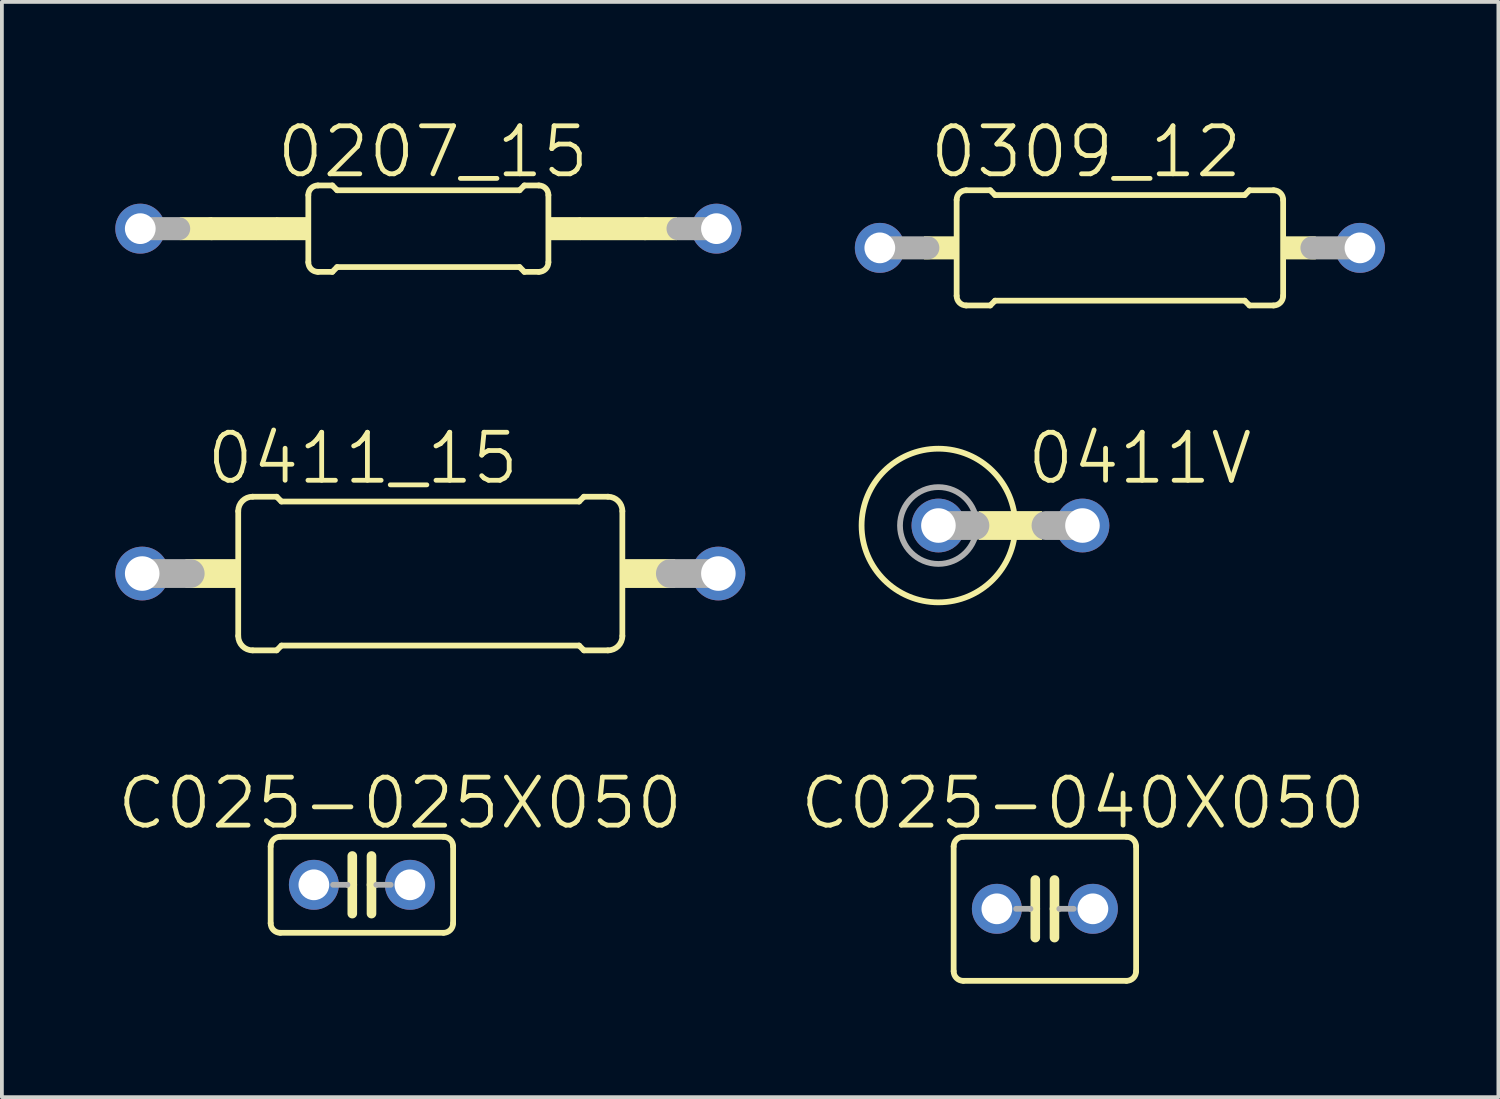
<source format=kicad_pcb>
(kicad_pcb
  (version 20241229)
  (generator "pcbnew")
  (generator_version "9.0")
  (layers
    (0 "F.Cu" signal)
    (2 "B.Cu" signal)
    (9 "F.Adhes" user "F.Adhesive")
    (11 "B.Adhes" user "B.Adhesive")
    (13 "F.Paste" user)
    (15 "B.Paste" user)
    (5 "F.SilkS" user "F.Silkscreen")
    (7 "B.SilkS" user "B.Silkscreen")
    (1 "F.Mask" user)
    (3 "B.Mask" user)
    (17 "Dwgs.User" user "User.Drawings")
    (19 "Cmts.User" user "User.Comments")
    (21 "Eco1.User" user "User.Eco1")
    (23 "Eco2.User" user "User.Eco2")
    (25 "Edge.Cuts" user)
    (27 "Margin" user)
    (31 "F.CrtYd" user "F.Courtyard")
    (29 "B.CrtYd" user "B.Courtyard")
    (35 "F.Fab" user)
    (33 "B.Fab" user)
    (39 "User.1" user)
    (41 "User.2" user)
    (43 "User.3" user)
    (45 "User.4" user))
  (footprint "0207_15"
    (layer "F.Cu")
    (at 8.28 2.998)
    (property "Reference" "0207_15" (at 0.121 -2.032 0) (layer "F.SilkS") (effects (font (size 1.27 1.27) (thickness 0.127))))
    (attr through_hole)
    (fp_line (start -5.715 0) (end -4.064 0) (stroke (width 0.61) (type solid)) (layer "F.SilkS"))
    (fp_line (start -3.175 0.889) (end -3.175 -0.889) (stroke (width 0.152) (type solid)) (layer "F.SilkS"))
    (fp_line (start -2.921 -1.143) (end -2.54 -1.143) (stroke (width 0.152) (type solid)) (layer "F.SilkS"))
    (fp_line (start -2.921 1.143) (end -2.54 1.143) (stroke (width 0.152) (type solid)) (layer "F.SilkS"))
    (fp_line (start -2.413 -1.016) (end -2.54 -1.143) (stroke (width 0.152) (type solid)) (layer "F.SilkS"))
    (fp_line (start -2.413 1.016) (end -2.54 1.143) (stroke (width 0.152) (type solid)) (layer "F.SilkS"))
    (fp_line (start 2.413 -1.016) (end -2.413 -1.016) (stroke (width 0.152) (type solid)) (layer "F.SilkS"))
    (fp_line (start 2.413 -1.016) (end 2.54 -1.143) (stroke (width 0.152) (type solid)) (layer "F.SilkS"))
    (fp_line (start 2.413 1.016) (end -2.413 1.016) (stroke (width 0.152) (type solid)) (layer "F.SilkS"))
    (fp_line (start 2.413 1.016) (end 2.54 1.143) (stroke (width 0.152) (type solid)) (layer "F.SilkS"))
    (fp_line (start 2.921 -1.143) (end 2.54 -1.143) (stroke (width 0.152) (type solid)) (layer "F.SilkS"))
    (fp_line (start 2.921 1.143) (end 2.54 1.143) (stroke (width 0.152) (type solid)) (layer "F.SilkS"))
    (fp_line (start 3.175 0.889) (end 3.175 -0.889) (stroke (width 0.152) (type solid)) (layer "F.SilkS"))
    (fp_line (start 5.715 0) (end 4.064 0) (stroke (width 0.61) (type solid)) (layer "F.SilkS"))
    (fp_arc (start -3.175 -0.889) (mid -3.100605 -1.068605) (end -2.921 -1.143) (stroke (width 0.1524) (type solid)) (layer "F.SilkS"))
    (fp_arc (start -2.921 1.143) (mid -3.100605 1.068605) (end -3.175 0.889) (stroke (width 0.1524) (type solid)) (layer "F.SilkS"))
    (fp_arc (start 2.921 -1.143) (mid 3.100605 -1.068605) (end 3.175 -0.889) (stroke (width 0.1524) (type solid)) (layer "F.SilkS"))
    (fp_arc (start 3.175 0.889) (mid 3.100605 1.068605) (end 2.921 1.143) (stroke (width 0.1524) (type solid)) (layer "F.SilkS"))
    (fp_poly (pts (xy -6.579 -0.305) (xy -5.715 -0.305) (xy -5.715 0.305) (xy -6.579 0.305)) (stroke (width 0) (type solid)) (fill yes) (layer "F.SilkS"))
    (fp_poly (pts (xy -4.039 -0.305) (xy -3.175 -0.305) (xy -3.175 0.305) (xy -4.039 0.305)) (stroke (width 0) (type solid)) (fill yes) (layer "F.SilkS"))
    (fp_poly (pts (xy 3.175 -0.305) (xy 4.039 -0.305) (xy 4.039 0.305) (xy 3.175 0.305)) (stroke (width 0) (type solid)) (fill yes) (layer "F.SilkS"))
    (fp_poly (pts (xy 5.715 -0.305) (xy 6.579 -0.305) (xy 6.579 0.305) (xy 5.715 0.305)) (stroke (width 0) (type solid)) (fill yes) (layer "F.SilkS"))
    (fp_line (start -7.62 0) (end -6.604 0) (stroke (width 0.61) (type solid)) (layer "F.Fab"))
    (fp_line (start 7.62 0) (end 6.604 0) (stroke (width 0.61) (type solid)) (layer "F.Fab"))
    (pad "1" thru_hole circle (at -7.62 0) (size 1.321 1.321) (drill 0.813) (layers "*.Cu" "*.Mask"))
    (pad "2" thru_hole circle (at 7.62 0) (size 1.321 1.321) (drill 0.813) (layers "*.Cu" "*.Mask")))
  (footprint "C025-040X050"
    (layer "F.Cu")
    (at 24.587 20.988)
    (property "Reference" "C025-040X050" (at 1.01 -2.794 0) (layer "F.SilkS") (effects (font (size 1.27 1.27) (thickness 0.127))))
    (attr through_hole)
    (fp_line (start -2.413 -1.651) (end -2.413 1.651) (stroke (width 0.152) (type solid)) (layer "F.SilkS"))
    (fp_line (start -2.159 -1.905) (end 2.159 -1.905) (stroke (width 0.152) (type solid)) (layer "F.SilkS"))
    (fp_line (start -0.254 -0.762) (end -0.254 0) (stroke (width 0.254) (type solid)) (layer "F.SilkS"))
    (fp_line (start -0.254 0) (end -0.381 0) (stroke (width 0.152) (type solid)) (layer "F.SilkS"))
    (fp_line (start -0.254 0) (end -0.254 0.762) (stroke (width 0.254) (type solid)) (layer "F.SilkS"))
    (fp_line (start 0.254 0) (end 0.254 -0.762) (stroke (width 0.254) (type solid)) (layer "F.SilkS"))
    (fp_line (start 0.254 0) (end 0.254 0.762) (stroke (width 0.254) (type solid)) (layer "F.SilkS"))
    (fp_line (start 0.381 0) (end 0.254 0) (stroke (width 0.152) (type solid)) (layer "F.SilkS"))
    (fp_line (start 2.159 1.905) (end -2.159 1.905) (stroke (width 0.152) (type solid)) (layer "F.SilkS"))
    (fp_line (start 2.413 -1.651) (end 2.413 1.651) (stroke (width 0.152) (type solid)) (layer "F.SilkS"))
    (fp_arc (start -2.413 -1.651) (mid -2.338605 -1.830605) (end -2.159 -1.905) (stroke (width 0.1524) (type solid)) (layer "F.SilkS"))
    (fp_arc (start -2.159 1.905) (mid -2.338605 1.830605) (end -2.413 1.651) (stroke (width 0.1524) (type solid)) (layer "F.SilkS"))
    (fp_arc (start 2.159 -1.905) (mid 2.338605 -1.830605) (end 2.413 -1.651) (stroke (width 0.1524) (type solid)) (layer "F.SilkS"))
    (fp_arc (start 2.413 1.651) (mid 2.338605 1.830605) (end 2.159 1.905) (stroke (width 0.1524) (type solid)) (layer "F.SilkS"))
    (fp_line (start -0.381 0) (end -0.762 0) (stroke (width 0.152) (type solid)) (layer "F.Fab"))
    (fp_line (start 0.762 0) (end 0.381 0) (stroke (width 0.152) (type solid)) (layer "F.Fab"))
    (pad "1" thru_hole circle (at -1.27 0) (size 1.321 1.321) (drill 0.813) (layers "*.Cu" "*.Mask"))
    (pad "2" thru_hole circle (at 1.27 0) (size 1.321 1.321) (drill 0.813) (layers "*.Cu" "*.Mask")))
  (footprint "0411_15"
    (layer "F.Cu")
    (at 8.331 12.12)
    (property "Reference" "0411_15" (at -1.784 -3.048 0) (layer "F.SilkS") (effects (font (size 1.27 1.27) (thickness 0.127))))
    (attr through_hole)
    (fp_line (start -5.08 -1.651) (end -5.08 1.651) (stroke (width 0.152) (type solid)) (layer "F.SilkS"))
    (fp_line (start -4.699 -2.032) (end -4.064 -2.032) (stroke (width 0.152) (type solid)) (layer "F.SilkS"))
    (fp_line (start -4.699 2.032) (end -4.064 2.032) (stroke (width 0.152) (type solid)) (layer "F.SilkS"))
    (fp_line (start -3.937 -1.905) (end -4.064 -2.032) (stroke (width 0.152) (type solid)) (layer "F.SilkS"))
    (fp_line (start -3.937 -1.905) (end 3.937 -1.905) (stroke (width 0.152) (type solid)) (layer "F.SilkS"))
    (fp_line (start -3.937 1.905) (end -4.064 2.032) (stroke (width 0.152) (type solid)) (layer "F.SilkS"))
    (fp_line (start -3.937 1.905) (end 3.937 1.905) (stroke (width 0.152) (type solid)) (layer "F.SilkS"))
    (fp_line (start 3.937 -1.905) (end 4.064 -2.032) (stroke (width 0.152) (type solid)) (layer "F.SilkS"))
    (fp_line (start 3.937 1.905) (end 4.064 2.032) (stroke (width 0.152) (type solid)) (layer "F.SilkS"))
    (fp_line (start 4.699 -2.032) (end 4.064 -2.032) (stroke (width 0.152) (type solid)) (layer "F.SilkS"))
    (fp_line (start 4.699 2.032) (end 4.064 2.032) (stroke (width 0.152) (type solid)) (layer "F.SilkS"))
    (fp_line (start 5.08 1.651) (end 5.08 -1.651) (stroke (width 0.152) (type solid)) (layer "F.SilkS"))
    (fp_arc (start -5.08 -1.651) (mid -4.968407 -1.920408) (end -4.698999 -2.032001) (stroke (width 0.1524) (type solid)) (layer "F.SilkS"))
    (fp_arc (start -4.698999 2.032001) (mid -4.968407 1.920408) (end -5.08 1.651) (stroke (width 0.1524) (type solid)) (layer "F.SilkS"))
    (fp_arc (start 4.699 -2.032) (mid 4.968407 -1.920407) (end 5.079999 -1.650999) (stroke (width 0.1524) (type solid)) (layer "F.SilkS"))
    (fp_arc (start 5.079999 1.650999) (mid 4.968407 1.920407) (end 4.699 2.032) (stroke (width 0.1524) (type solid)) (layer "F.SilkS"))
    (fp_poly (pts (xy -6.477 -0.381) (xy -5.08 -0.381) (xy -5.08 0.381) (xy -6.477 0.381)) (stroke (width 0) (type solid)) (fill yes) (layer "F.SilkS"))
    (fp_poly (pts (xy 5.08 -0.381) (xy 6.477 -0.381) (xy 6.477 0.381) (xy 5.08 0.381)) (stroke (width 0) (type solid)) (fill yes) (layer "F.SilkS"))
    (fp_line (start -7.62 0) (end -6.35 0) (stroke (width 0.762) (type solid)) (layer "F.Fab"))
    (fp_line (start 6.35 0) (end 7.62 0) (stroke (width 0.762) (type solid)) (layer "F.Fab"))
    (pad "1" thru_hole circle (at -7.62 0) (size 1.422 1.422) (drill 0.914) (layers "*.Cu" "*.Mask"))
    (pad "2" thru_hole circle (at 7.62 0) (size 1.422 1.422) (drill 0.914) (layers "*.Cu" "*.Mask")))
  (footprint "0411V"
    (layer "F.Cu")
    (at 24.311 10.85)
    (property "Reference" "0411V" (at 2.788 -1.778 0) (layer "F.SilkS") (effects (font (size 1.27 1.27) (thickness 0.127))))
    (attr through_hole)
    (fp_circle (center -2.54 0) (end -0.508 0) (stroke (width 0.152) (type solid)) (fill no) (layer "F.SilkS"))
    (fp_poly (pts (xy -1.473 -0.381) (xy 0.203 -0.381) (xy 0.203 0.381) (xy -1.473 0.381)) (stroke (width 0) (type solid)) (fill yes) (layer "F.SilkS"))
    (fp_line (start -1.575 0) (end -2.54 0) (stroke (width 0.762) (type solid)) (layer "F.Fab"))
    (fp_line (start 1.27 0) (end 0.305 0) (stroke (width 0.762) (type solid)) (layer "F.Fab"))
    (fp_circle (center -2.54 0) (end -1.524 0) (stroke (width 0.152) (type solid)) (fill no) (layer "F.Fab"))
    (pad "1" thru_hole circle (at -2.54 0) (size 1.422 1.422) (drill 0.914) (layers "*.Cu" "*.Mask"))
    (pad "2" thru_hole circle (at 1.27 0) (size 1.422 1.422) (drill 0.914) (layers "*.Cu" "*.Mask")))
  (footprint "0309_12"
    (layer "F.Cu")
    (at 26.571 3.506)
    (property "Reference" "0309_12" (at -0.895 -2.54 0) (layer "F.SilkS") (effects (font (size 1.27 1.27) (thickness 0.127))))
    (attr through_hole)
    (fp_line (start -4.318 1.27) (end -4.318 -1.27) (stroke (width 0.152) (type solid)) (layer "F.SilkS"))
    (fp_line (start -4.064 -1.524) (end -3.429 -1.524) (stroke (width 0.152) (type solid)) (layer "F.SilkS"))
    (fp_line (start -4.064 1.524) (end -3.429 1.524) (stroke (width 0.152) (type solid)) (layer "F.SilkS"))
    (fp_line (start -3.302 -1.397) (end -3.429 -1.524) (stroke (width 0.152) (type solid)) (layer "F.SilkS"))
    (fp_line (start -3.302 1.397) (end -3.429 1.524) (stroke (width 0.152) (type solid)) (layer "F.SilkS"))
    (fp_line (start 3.302 -1.397) (end -3.302 -1.397) (stroke (width 0.152) (type solid)) (layer "F.SilkS"))
    (fp_line (start 3.302 -1.397) (end 3.429 -1.524) (stroke (width 0.152) (type solid)) (layer "F.SilkS"))
    (fp_line (start 3.302 1.397) (end -3.302 1.397) (stroke (width 0.152) (type solid)) (layer "F.SilkS"))
    (fp_line (start 3.302 1.397) (end 3.429 1.524) (stroke (width 0.152) (type solid)) (layer "F.SilkS"))
    (fp_line (start 4.064 -1.524) (end 3.429 -1.524) (stroke (width 0.152) (type solid)) (layer "F.SilkS"))
    (fp_line (start 4.064 1.524) (end 3.429 1.524) (stroke (width 0.152) (type solid)) (layer "F.SilkS"))
    (fp_line (start 4.318 1.27) (end 4.318 -1.27) (stroke (width 0.152) (type solid)) (layer "F.SilkS"))
    (fp_arc (start -4.318 -1.27) (mid -4.243605 -1.449605) (end -4.064 -1.524) (stroke (width 0.1524) (type solid)) (layer "F.SilkS"))
    (fp_arc (start -4.064 1.524) (mid -4.243605 1.449605) (end -4.318 1.27) (stroke (width 0.1524) (type solid)) (layer "F.SilkS"))
    (fp_arc (start 4.064 -1.524) (mid 4.243605 -1.449605) (end 4.318 -1.27) (stroke (width 0.1524) (type solid)) (layer "F.SilkS"))
    (fp_arc (start 4.318 1.27) (mid 4.243605 1.449605) (end 4.064 1.524) (stroke (width 0.1524) (type solid)) (layer "F.SilkS"))
    (fp_poly (pts (xy -5.182 -0.305) (xy -4.318 -0.305) (xy -4.318 0.305) (xy -5.182 0.305)) (stroke (width 0) (type solid)) (fill yes) (layer "F.SilkS"))
    (fp_poly (pts (xy 4.318 -0.305) (xy 5.182 -0.305) (xy 5.182 0.305) (xy 4.318 0.305)) (stroke (width 0) (type solid)) (fill yes) (layer "F.SilkS"))
    (fp_line (start -6.35 0) (end -5.08 0) (stroke (width 0.61) (type solid)) (layer "F.Fab"))
    (fp_line (start 6.35 0) (end 5.08 0) (stroke (width 0.61) (type solid)) (layer "F.Fab"))
    (pad "1" thru_hole circle (at -6.35 0) (size 1.321 1.321) (drill 0.813) (layers "*.Cu" "*.Mask"))
    (pad "2" thru_hole circle (at 6.35 0) (size 1.321 1.321) (drill 0.813) (layers "*.Cu" "*.Mask")))
  (footprint "C025-025X050"
    (layer "F.Cu")
    (at 6.522 20.353)
    (property "Reference" "C025-025X050" (at 1.01 -2.159 0) (layer "F.SilkS") (effects (font (size 1.27 1.27) (thickness 0.127))))
    (attr through_hole)
    (fp_line (start -2.413 -1.016) (end -2.413 1.016) (stroke (width 0.152) (type solid)) (layer "F.SilkS"))
    (fp_line (start -2.159 -1.27) (end 2.159 -1.27) (stroke (width 0.152) (type solid)) (layer "F.SilkS"))
    (fp_line (start -0.254 -0.762) (end -0.254 0) (stroke (width 0.254) (type solid)) (layer "F.SilkS"))
    (fp_line (start -0.254 0) (end -0.381 0) (stroke (width 0.152) (type solid)) (layer "F.SilkS"))
    (fp_line (start -0.254 0) (end -0.254 0.762) (stroke (width 0.254) (type solid)) (layer "F.SilkS"))
    (fp_line (start 0.254 0) (end 0.254 -0.762) (stroke (width 0.254) (type solid)) (layer "F.SilkS"))
    (fp_line (start 0.254 0) (end 0.254 0.762) (stroke (width 0.254) (type solid)) (layer "F.SilkS"))
    (fp_line (start 0.381 0) (end 0.254 0) (stroke (width 0.152) (type solid)) (layer "F.SilkS"))
    (fp_line (start 2.159 1.27) (end -2.159 1.27) (stroke (width 0.152) (type solid)) (layer "F.SilkS"))
    (fp_line (start 2.413 -1.016) (end 2.413 1.016) (stroke (width 0.152) (type solid)) (layer "F.SilkS"))
    (fp_arc (start -2.413 -1.016) (mid -2.338605 -1.195605) (end -2.159 -1.27) (stroke (width 0.1524) (type solid)) (layer "F.SilkS"))
    (fp_arc (start -2.159 1.27) (mid -2.338605 1.195605) (end -2.413 1.016) (stroke (width 0.1524) (type solid)) (layer "F.SilkS"))
    (fp_arc (start 2.159 -1.27) (mid 2.338605 -1.195605) (end 2.413 -1.016) (stroke (width 0.1524) (type solid)) (layer "F.SilkS"))
    (fp_arc (start 2.413 1.016) (mid 2.338605 1.195605) (end 2.159 1.27) (stroke (width 0.1524) (type solid)) (layer "F.SilkS"))
    (fp_line (start -0.381 0) (end -0.762 0) (stroke (width 0.152) (type solid)) (layer "F.Fab"))
    (fp_line (start 0.762 0) (end 0.381 0) (stroke (width 0.152) (type solid)) (layer "F.Fab"))
    (pad "1" thru_hole circle (at -1.27 0) (size 1.321 1.321) (drill 0.813) (layers "*.Cu" "*.Mask"))
    (pad "2" thru_hole circle (at 1.27 0) (size 1.321 1.321) (drill 0.813) (layers "*.Cu" "*.Mask")))
  (gr_rect
    (start -3 -3)
    (end 36.582 25.969)
    (stroke (width 0.1) (type default))
    (fill no)
    (layer "Edge.Cuts")))
</source>
